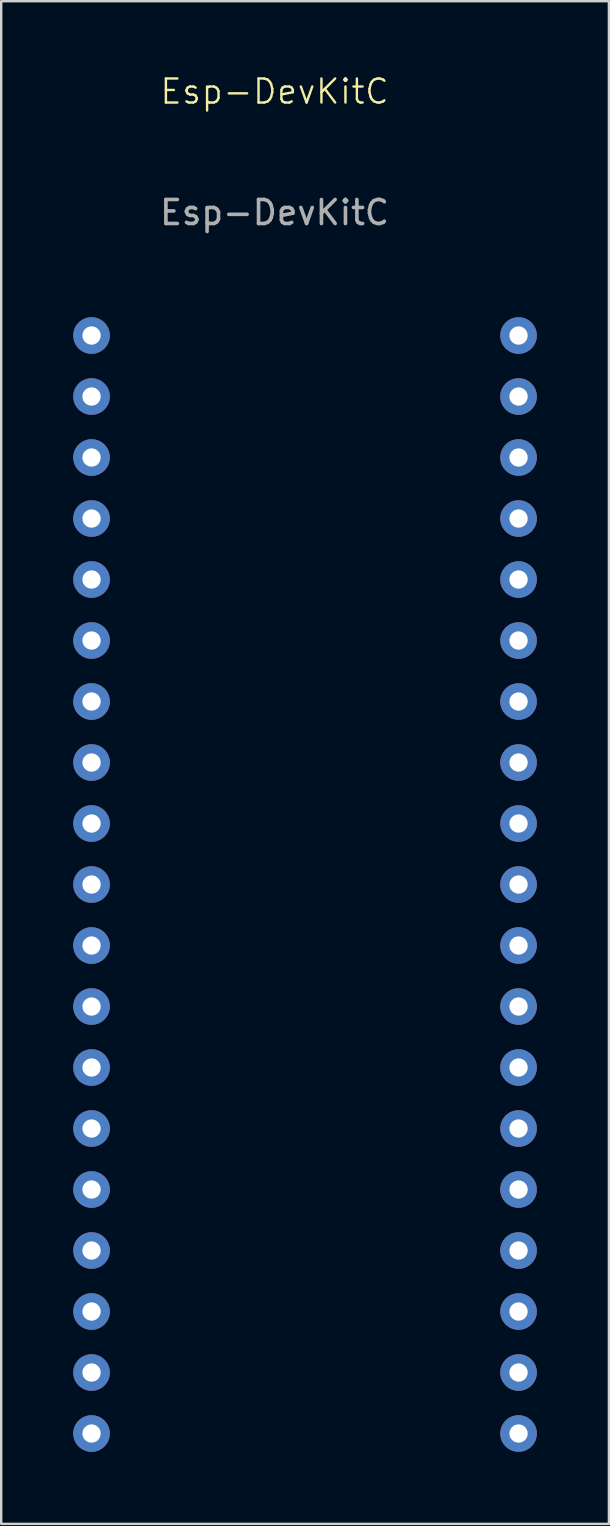
<source format=kicad_pcb>
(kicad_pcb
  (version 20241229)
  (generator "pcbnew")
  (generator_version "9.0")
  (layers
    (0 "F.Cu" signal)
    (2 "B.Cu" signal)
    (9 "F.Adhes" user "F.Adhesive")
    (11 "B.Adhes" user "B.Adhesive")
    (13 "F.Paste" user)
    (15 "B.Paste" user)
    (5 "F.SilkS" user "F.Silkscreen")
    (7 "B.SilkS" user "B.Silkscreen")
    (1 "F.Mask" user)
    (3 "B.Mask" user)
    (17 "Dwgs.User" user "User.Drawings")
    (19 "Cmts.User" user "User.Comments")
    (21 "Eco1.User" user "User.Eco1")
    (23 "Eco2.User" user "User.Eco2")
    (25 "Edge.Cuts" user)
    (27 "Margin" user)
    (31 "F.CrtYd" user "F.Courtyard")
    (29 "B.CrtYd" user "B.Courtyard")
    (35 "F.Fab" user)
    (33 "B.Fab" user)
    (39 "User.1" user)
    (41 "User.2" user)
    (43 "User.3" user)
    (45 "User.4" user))
  (footprint "Esp-DevKitC"
    (layer "F.Cu")
    (at 8.382 21.081)
    (property "Reference" "Esp-DevKitC" (at 0 -20.32 0) (unlocked yes) (layer "F.SilkS") (effects (font (size 1 1) (thickness 0.1))))
    (attr through_hole)
    (fp_text user "${REFERENCE}" (at 0 -15.28 0) (unlocked yes) (layer "F.Fab") (effects (font (size 1 1) (thickness 0.15))))
    (pad "1" thru_hole circle (at -7.62 -10.16) (size 1.524 1.524) (drill 0.762) (layers "*.Cu" "*.Mask"))
    (pad "2" thru_hole circle (at -7.62 -7.62) (size 1.524 1.524) (drill 0.762) (layers "*.Cu" "*.Mask"))
    (pad "3" thru_hole circle (at -7.62 -5.08) (size 1.524 1.524) (drill 0.762) (layers "*.Cu" "*.Mask"))
    (pad "4" thru_hole circle (at -7.62 -2.54) (size 1.524 1.524) (drill 0.762) (layers "*.Cu" "*.Mask"))
    (pad "5" thru_hole circle (at -7.62 0) (size 1.524 1.524) (drill 0.762) (layers "*.Cu" "*.Mask"))
    (pad "6" thru_hole circle (at -7.62 2.54) (size 1.524 1.524) (drill 0.762) (layers "*.Cu" "*.Mask"))
    (pad "7" thru_hole circle (at -7.62 5.08) (size 1.524 1.524) (drill 0.762) (layers "*.Cu" "*.Mask"))
    (pad "8" thru_hole circle (at -7.62 7.62) (size 1.524 1.524) (drill 0.762) (layers "*.Cu" "*.Mask"))
    (pad "9" thru_hole circle (at -7.62 10.16) (size 1.524 1.524) (drill 0.762) (layers "*.Cu" "*.Mask"))
    (pad "10" thru_hole circle (at -7.62 12.7) (size 1.524 1.524) (drill 0.762) (layers "*.Cu" "*.Mask"))
    (pad "11" thru_hole circle (at -7.62 15.24) (size 1.524 1.524) (drill 0.762) (layers "*.Cu" "*.Mask"))
    (pad "12" thru_hole circle (at -7.62 17.78) (size 1.524 1.524) (drill 0.762) (layers "*.Cu" "*.Mask"))
    (pad "13" thru_hole circle (at -7.62 20.32) (size 1.524 1.524) (drill 0.762) (layers "*.Cu" "*.Mask"))
    (pad "14" thru_hole circle (at -7.62 22.86) (size 1.524 1.524) (drill 0.762) (layers "*.Cu" "*.Mask"))
    (pad "15" thru_hole circle (at -7.62 25.4) (size 1.524 1.524) (drill 0.762) (layers "*.Cu" "*.Mask"))
    (pad "16" thru_hole circle (at -7.62 27.94) (size 1.524 1.524) (drill 0.762) (layers "*.Cu" "*.Mask"))
    (pad "17" thru_hole circle (at -7.62 30.48) (size 1.524 1.524) (drill 0.762) (layers "*.Cu" "*.Mask"))
    (pad "18" thru_hole circle (at -7.62 33.02) (size 1.524 1.524) (drill 0.762) (layers "*.Cu" "*.Mask"))
    (pad "19" thru_hole circle (at -7.62 35.56) (size 1.524 1.524) (drill 0.762) (layers "*.Cu" "*.Mask"))
    (pad "20" thru_hole circle (at 10.16 35.56) (size 1.524 1.524) (drill 0.762) (layers "*.Cu" "*.Mask"))
    (pad "21" thru_hole circle (at 10.16 33.02) (size 1.524 1.524) (drill 0.762) (layers "*.Cu" "*.Mask"))
    (pad "22" thru_hole circle (at 10.16 30.48) (size 1.524 1.524) (drill 0.762) (layers "*.Cu" "*.Mask"))
    (pad "23" thru_hole circle (at 10.16 27.94) (size 1.524 1.524) (drill 0.762) (layers "*.Cu" "*.Mask"))
    (pad "24" thru_hole circle (at 10.16 25.4) (size 1.524 1.524) (drill 0.762) (layers "*.Cu" "*.Mask"))
    (pad "25" thru_hole circle (at 10.16 22.86) (size 1.524 1.524) (drill 0.762) (layers "*.Cu" "*.Mask"))
    (pad "26" thru_hole circle (at 10.16 20.32) (size 1.524 1.524) (drill 0.762) (layers "*.Cu" "*.Mask"))
    (pad "27" thru_hole circle (at 10.16 17.78) (size 1.524 1.524) (drill 0.762) (layers "*.Cu" "*.Mask"))
    (pad "28" thru_hole circle (at 10.16 15.24) (size 1.524 1.524) (drill 0.762) (layers "*.Cu" "*.Mask"))
    (pad "29" thru_hole circle (at 10.16 12.7) (size 1.524 1.524) (drill 0.762) (layers "*.Cu" "*.Mask"))
    (pad "30" thru_hole circle (at 10.16 10.16) (size 1.524 1.524) (drill 0.762) (layers "*.Cu" "*.Mask"))
    (pad "31" thru_hole circle (at 10.16 7.62) (size 1.524 1.524) (drill 0.762) (layers "*.Cu" "*.Mask"))
    (pad "32" thru_hole circle (at 10.16 5.08) (size 1.524 1.524) (drill 0.762) (layers "*.Cu" "*.Mask"))
    (pad "33" thru_hole circle (at 10.16 2.54) (size 1.524 1.524) (drill 0.762) (layers "*.Cu" "*.Mask"))
    (pad "34" thru_hole circle (at 10.16 0) (size 1.524 1.524) (drill 0.762) (layers "*.Cu" "*.Mask"))
    (pad "35" thru_hole circle (at 10.16 -2.54) (size 1.524 1.524) (drill 0.762) (layers "*.Cu" "*.Mask"))
    (pad "36" thru_hole circle (at 10.16 -5.08) (size 1.524 1.524) (drill 0.762) (layers "*.Cu" "*.Mask"))
    (pad "37" thru_hole circle (at 10.16 -7.62) (size 1.524 1.524) (drill 0.762) (layers "*.Cu" "*.Mask"))
    (pad "38" thru_hole circle (at 10.16 -10.16) (size 1.524 1.524) (drill 0.762) (layers "*.Cu" "*.Mask")))
  (gr_rect
    (start -3 -3)
    (end 22.304 60.403)
    (stroke (width 0.1) (type default))
    (fill no)
    (layer "Edge.Cuts")))
</source>
